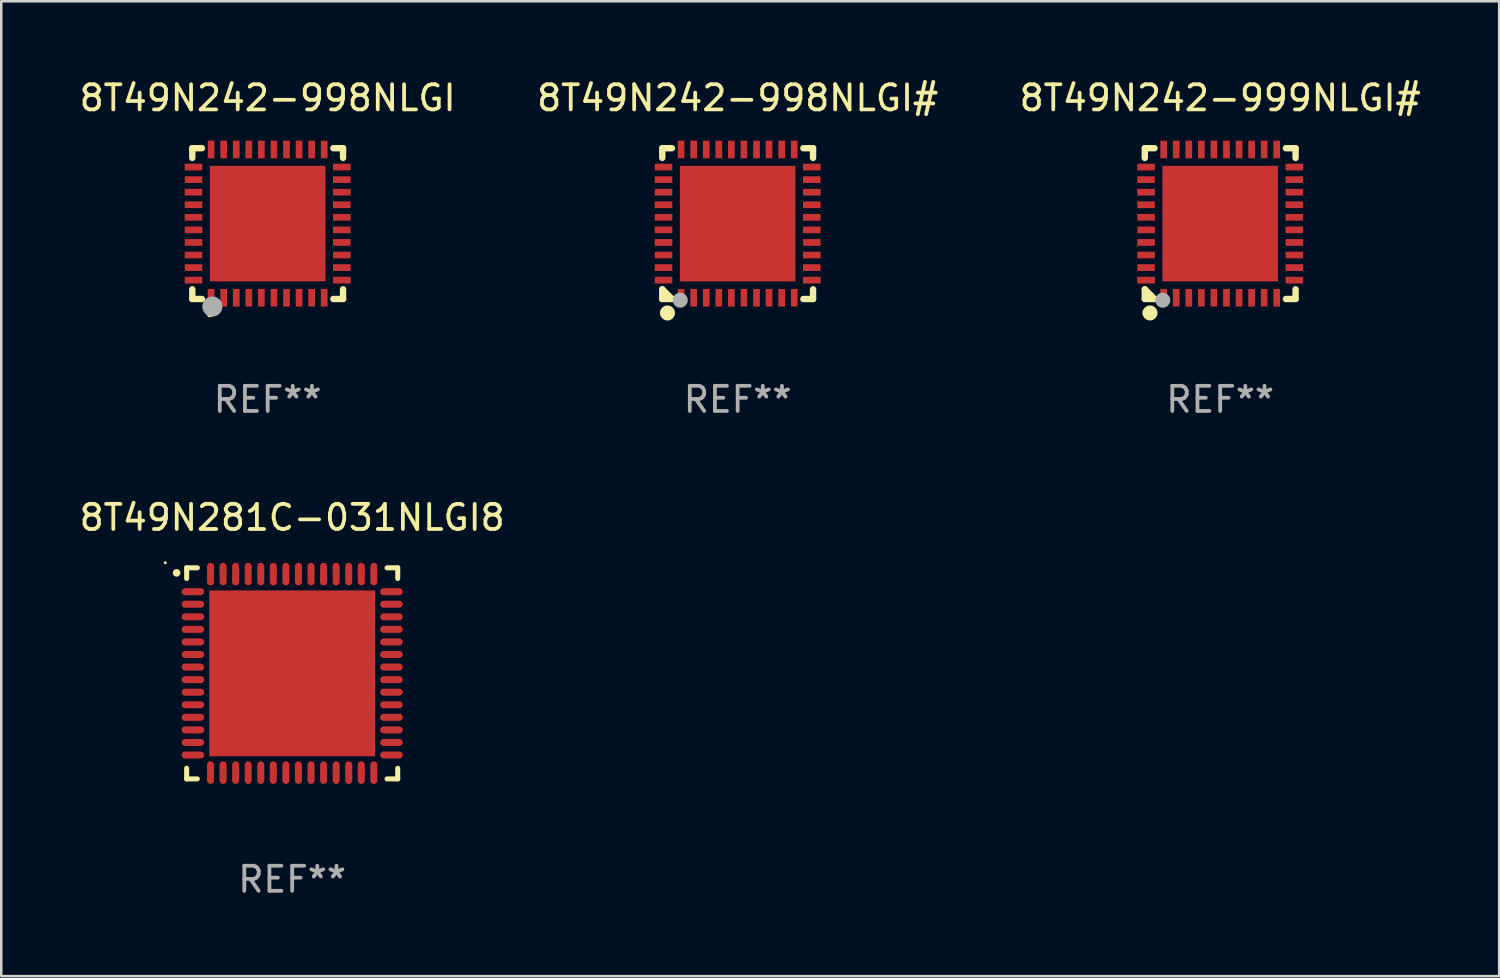
<source format=kicad_pcb>
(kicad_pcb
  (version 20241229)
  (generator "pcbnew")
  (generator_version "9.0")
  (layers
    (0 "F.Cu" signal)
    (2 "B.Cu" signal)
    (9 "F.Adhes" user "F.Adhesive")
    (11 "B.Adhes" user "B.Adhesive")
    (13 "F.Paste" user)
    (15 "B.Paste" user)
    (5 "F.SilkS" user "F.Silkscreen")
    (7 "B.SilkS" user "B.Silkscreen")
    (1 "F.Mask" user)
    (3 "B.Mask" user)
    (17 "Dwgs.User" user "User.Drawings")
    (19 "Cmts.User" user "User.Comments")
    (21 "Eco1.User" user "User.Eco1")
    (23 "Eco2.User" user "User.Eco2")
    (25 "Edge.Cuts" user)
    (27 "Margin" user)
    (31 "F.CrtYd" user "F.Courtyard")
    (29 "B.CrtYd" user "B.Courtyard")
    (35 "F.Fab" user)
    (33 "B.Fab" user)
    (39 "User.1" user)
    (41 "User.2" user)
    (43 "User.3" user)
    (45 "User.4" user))
  (footprint "8T49N242-998NLGI#"
    (layer "F.Cu")
    (at 26.304 5.848)
    (property "Reference" "8T49N242-998NLGI#" (at 0 -5 0) (layer "F.SilkS") (effects (font (size 1 1) (thickness 0.15))))
    (attr through_hole)
    (fp_line (start -3 -3) (end -2.615 -3) (stroke (width 0.254) (type solid)) (layer "F.SilkS"))
    (fp_line (start -3 -2.615) (end -3 -3) (stroke (width 0.254) (type solid)) (layer "F.SilkS"))
    (fp_line (start -3 2.615) (end -2.615 3) (stroke (width 0.254) (type solid)) (layer "F.SilkS"))
    (fp_line (start -3 3) (end -3 2.615) (stroke (width 0.254) (type solid)) (layer "F.SilkS"))
    (fp_line (start -2.615 3) (end -3 3) (stroke (width 0.254) (type solid)) (layer "F.SilkS"))
    (fp_line (start 2.615 -3) (end 3 -3) (stroke (width 0.254) (type solid)) (layer "F.SilkS"))
    (fp_line (start 3 -3) (end 3 -2.615) (stroke (width 0.254) (type solid)) (layer "F.SilkS"))
    (fp_line (start 3 2.615) (end 3 3) (stroke (width 0.254) (type solid)) (layer "F.SilkS"))
    (fp_line (start 3 3) (end 2.615 3) (stroke (width 0.254) (type solid)) (layer "F.SilkS"))
    (fp_circle (center -3 3) (end -2.97 3) (stroke (width 0.06) (type solid)) (fill no) (layer "F.SilkS"))
    (fp_circle (center -2.794 3.556) (end -2.644 3.556) (stroke (width 0.3) (type solid)) (fill no) (layer "F.SilkS"))
    (fp_circle (center -2.286 3.048) (end -2.136 3.048) (stroke (width 0.3) (type solid)) (fill no) (layer "F.Fab"))
    (fp_text user "REF**" (at 0 7 0) (layer "F.Fab") (effects (font (size 1 1) (thickness 0.15))))
    (pad "1" smd rect (at -2.25 2.95) (size 0.267 0.7) (layers "F.Cu" "F.Mask" "F.Paste"))
    (pad "2" smd rect (at -1.75 2.95) (size 0.267 0.7) (layers "F.Cu" "F.Mask" "F.Paste"))
    (pad "3" smd rect (at -1.25 2.95) (size 0.267 0.7) (layers "F.Cu" "F.Mask" "F.Paste"))
    (pad "4" smd rect (at -0.75 2.95) (size 0.267 0.7) (layers "F.Cu" "F.Mask" "F.Paste"))
    (pad "5" smd rect (at -0.25 2.95) (size 0.267 0.7) (layers "F.Cu" "F.Mask" "F.Paste"))
    (pad "6" smd rect (at 0.25 2.95) (size 0.267 0.7) (layers "F.Cu" "F.Mask" "F.Paste"))
    (pad "7" smd rect (at 0.75 2.95) (size 0.267 0.7) (layers "F.Cu" "F.Mask" "F.Paste"))
    (pad "8" smd rect (at 1.25 2.95) (size 0.267 0.7) (layers "F.Cu" "F.Mask" "F.Paste"))
    (pad "9" smd rect (at 1.75 2.95) (size 0.267 0.7) (layers "F.Cu" "F.Mask" "F.Paste"))
    (pad "10" smd rect (at 2.25 2.95) (size 0.267 0.7) (layers "F.Cu" "F.Mask" "F.Paste"))
    (pad "11" smd rect (at 2.95 2.25) (size 0.7 0.267) (layers "F.Cu" "F.Mask" "F.Paste"))
    (pad "12" smd rect (at 2.95 1.75) (size 0.7 0.267) (layers "F.Cu" "F.Mask" "F.Paste"))
    (pad "13" smd rect (at 2.95 1.25) (size 0.7 0.267) (layers "F.Cu" "F.Mask" "F.Paste"))
    (pad "14" smd rect (at 2.95 0.75) (size 0.7 0.267) (layers "F.Cu" "F.Mask" "F.Paste"))
    (pad "15" smd rect (at 2.95 0.25) (size 0.7 0.267) (layers "F.Cu" "F.Mask" "F.Paste"))
    (pad "16" smd rect (at 2.95 -0.25) (size 0.7 0.267) (layers "F.Cu" "F.Mask" "F.Paste"))
    (pad "17" smd rect (at 2.95 -0.75) (size 0.7 0.267) (layers "F.Cu" "F.Mask" "F.Paste"))
    (pad "18" smd rect (at 2.95 -1.25) (size 0.7 0.267) (layers "F.Cu" "F.Mask" "F.Paste"))
    (pad "19" smd rect (at 2.95 -1.75) (size 0.7 0.267) (layers "F.Cu" "F.Mask" "F.Paste"))
    (pad "20" smd rect (at 2.95 -2.25) (size 0.7 0.267) (layers "F.Cu" "F.Mask" "F.Paste"))
    (pad "21" smd rect (at 2.25 -2.95) (size 0.267 0.7) (layers "F.Cu" "F.Mask" "F.Paste"))
    (pad "22" smd rect (at 1.75 -2.95) (size 0.267 0.7) (layers "F.Cu" "F.Mask" "F.Paste"))
    (pad "23" smd rect (at 1.25 -2.95) (size 0.267 0.7) (layers "F.Cu" "F.Mask" "F.Paste"))
    (pad "24" smd rect (at 0.75 -2.95) (size 0.267 0.7) (layers "F.Cu" "F.Mask" "F.Paste"))
    (pad "25" smd rect (at 0.25 -2.95) (size 0.267 0.7) (layers "F.Cu" "F.Mask" "F.Paste"))
    (pad "26" smd rect (at -0.25 -2.95) (size 0.267 0.7) (layers "F.Cu" "F.Mask" "F.Paste"))
    (pad "27" smd rect (at -0.75 -2.95) (size 0.267 0.7) (layers "F.Cu" "F.Mask" "F.Paste"))
    (pad "28" smd rect (at -1.25 -2.95) (size 0.267 0.7) (layers "F.Cu" "F.Mask" "F.Paste"))
    (pad "29" smd rect (at -1.75 -2.95) (size 0.267 0.7) (layers "F.Cu" "F.Mask" "F.Paste"))
    (pad "30" smd rect (at -2.25 -2.95) (size 0.267 0.7) (layers "F.Cu" "F.Mask" "F.Paste"))
    (pad "31" smd rect (at -2.95 -2.25) (size 0.7 0.267) (layers "F.Cu" "F.Mask" "F.Paste"))
    (pad "32" smd rect (at -2.95 -1.75) (size 0.7 0.267) (layers "F.Cu" "F.Mask" "F.Paste"))
    (pad "33" smd rect (at -2.95 -1.25) (size 0.7 0.267) (layers "F.Cu" "F.Mask" "F.Paste"))
    (pad "34" smd rect (at -2.95 -0.75) (size 0.7 0.267) (layers "F.Cu" "F.Mask" "F.Paste"))
    (pad "35" smd rect (at -2.95 -0.25) (size 0.7 0.267) (layers "F.Cu" "F.Mask" "F.Paste"))
    (pad "36" smd rect (at -2.95 0.25) (size 0.7 0.267) (layers "F.Cu" "F.Mask" "F.Paste"))
    (pad "37" smd rect (at -2.95 0.75) (size 0.7 0.267) (layers "F.Cu" "F.Mask" "F.Paste"))
    (pad "38" smd rect (at -2.95 1.25) (size 0.7 0.267) (layers "F.Cu" "F.Mask" "F.Paste"))
    (pad "39" smd rect (at -2.95 1.75) (size 0.7 0.267) (layers "F.Cu" "F.Mask" "F.Paste"))
    (pad "40" smd rect (at -2.95 2.25) (size 0.7 0.267) (layers "F.Cu" "F.Mask" "F.Paste"))
    (pad "41" smd rect (at 0.000279 0.000025) (size 4.6 4.6) (layers "F.Cu" "F.Mask" "F.Paste")))
  (footprint "8T49N281C-031NLGI8"
    (layer "F.Cu")
    (at 8.577 23.745)
    (property "Reference" "8T49N281C-031NLGI8" (at 0 -6.2 0) (layer "F.SilkS") (effects (font (size 1 1) (thickness 0.15))))
    (attr through_hole)
    (fp_line (start -4.2 -4.2) (end -3.775 -4.2) (stroke (width 0.2) (type solid)) (layer "F.SilkS"))
    (fp_line (start -4.2 -3.775) (end -4.2 -4.2) (stroke (width 0.2) (type solid)) (layer "F.SilkS"))
    (fp_line (start -4.2 3.775) (end -4.2 4.2) (stroke (width 0.2) (type solid)) (layer "F.SilkS"))
    (fp_line (start -4.2 4.2) (end -3.775 4.2) (stroke (width 0.2) (type solid)) (layer "F.SilkS"))
    (fp_line (start 3.775 4.2) (end 4.2 4.2) (stroke (width 0.2) (type solid)) (layer "F.SilkS"))
    (fp_line (start 4.2 -4.2) (end 3.775 -4.2) (stroke (width 0.2) (type solid)) (layer "F.SilkS"))
    (fp_line (start 4.2 -3.775) (end 4.2 -4.2) (stroke (width 0.2) (type solid)) (layer "F.SilkS"))
    (fp_line (start 4.2 4.2) (end 4.2 3.775) (stroke (width 0.2) (type solid)) (layer "F.SilkS"))
    (fp_arc (start -4.599949 -3.997968) (mid -4.599954 -3.999238) (end -4.599949 -4.000508) (stroke (width 0.3) (type solid)) (layer "F.SilkS"))
    (fp_circle (center -5.05 -4.4) (end -5.02 -4.4) (stroke (width 0.06) (type solid)) (fill no) (layer "F.SilkS"))
    (fp_text user "REF**" (at 0 8.2 0) (layer "F.Fab") (effects (font (size 1 1) (thickness 0.15))))
    (pad "1" smd oval (at -3.95 -3.25 90) (size 0.28 0.9) (layers "F.Cu" "F.Mask" "F.Paste"))
    (pad "2" smd oval (at -3.95 -2.75 90) (size 0.28 0.9) (layers "F.Cu" "F.Mask" "F.Paste"))
    (pad "3" smd oval (at -3.95 -2.25 90) (size 0.28 0.9) (layers "F.Cu" "F.Mask" "F.Paste"))
    (pad "4" smd oval (at -3.95 -1.75 90) (size 0.28 0.9) (layers "F.Cu" "F.Mask" "F.Paste"))
    (pad "5" smd oval (at -3.95 -1.25 90) (size 0.28 0.9) (layers "F.Cu" "F.Mask" "F.Paste"))
    (pad "6" smd oval (at -3.95 -0.75 90) (size 0.28 0.9) (layers "F.Cu" "F.Mask" "F.Paste"))
    (pad "7" smd oval (at -3.95 -0.25 90) (size 0.28 0.9) (layers "F.Cu" "F.Mask" "F.Paste"))
    (pad "8" smd oval (at -3.95 0.25 90) (size 0.28 0.9) (layers "F.Cu" "F.Mask" "F.Paste"))
    (pad "9" smd oval (at -3.95 0.75 90) (size 0.28 0.9) (layers "F.Cu" "F.Mask" "F.Paste"))
    (pad "10" smd oval (at -3.95 1.25 90) (size 0.28 0.9) (layers "F.Cu" "F.Mask" "F.Paste"))
    (pad "11" smd oval (at -3.95 1.75 90) (size 0.28 0.9) (layers "F.Cu" "F.Mask" "F.Paste"))
    (pad "12" smd oval (at -3.95 2.25 90) (size 0.28 0.9) (layers "F.Cu" "F.Mask" "F.Paste"))
    (pad "13" smd oval (at -3.95 2.75 90) (size 0.28 0.9) (layers "F.Cu" "F.Mask" "F.Paste"))
    (pad "14" smd oval (at -3.95 3.25 90) (size 0.28 0.9) (layers "F.Cu" "F.Mask" "F.Paste"))
    (pad "15" smd oval (at -3.25 3.95) (size 0.28 0.9) (layers "F.Cu" "F.Mask" "F.Paste"))
    (pad "16" smd oval (at -2.75 3.95) (size 0.28 0.9) (layers "F.Cu" "F.Mask" "F.Paste"))
    (pad "17" smd oval (at -2.25 3.95) (size 0.28 0.9) (layers "F.Cu" "F.Mask" "F.Paste"))
    (pad "18" smd oval (at -1.75 3.95) (size 0.28 0.9) (layers "F.Cu" "F.Mask" "F.Paste"))
    (pad "19" smd oval (at -1.25 3.95) (size 0.28 0.9) (layers "F.Cu" "F.Mask" "F.Paste"))
    (pad "20" smd oval (at -0.75 3.95) (size 0.28 0.9) (layers "F.Cu" "F.Mask" "F.Paste"))
    (pad "21" smd oval (at -0.25 3.95) (size 0.28 0.9) (layers "F.Cu" "F.Mask" "F.Paste"))
    (pad "22" smd oval (at 0.25 3.95) (size 0.28 0.9) (layers "F.Cu" "F.Mask" "F.Paste"))
    (pad "23" smd oval (at 0.75 3.95) (size 0.28 0.9) (layers "F.Cu" "F.Mask" "F.Paste"))
    (pad "24" smd oval (at 1.25 3.95) (size 0.28 0.9) (layers "F.Cu" "F.Mask" "F.Paste"))
    (pad "25" smd oval (at 1.75 3.95) (size 0.28 0.9) (layers "F.Cu" "F.Mask" "F.Paste"))
    (pad "26" smd oval (at 2.25 3.95) (size 0.28 0.9) (layers "F.Cu" "F.Mask" "F.Paste"))
    (pad "27" smd oval (at 2.75 3.95) (size 0.28 0.9) (layers "F.Cu" "F.Mask" "F.Paste"))
    (pad "28" smd oval (at 3.25 3.95) (size 0.28 0.9) (layers "F.Cu" "F.Mask" "F.Paste"))
    (pad "29" smd oval (at 3.95 3.25 90) (size 0.28 0.9) (layers "F.Cu" "F.Mask" "F.Paste"))
    (pad "30" smd oval (at 3.95 2.75 90) (size 0.28 0.9) (layers "F.Cu" "F.Mask" "F.Paste"))
    (pad "31" smd oval (at 3.95 2.25 90) (size 0.28 0.9) (layers "F.Cu" "F.Mask" "F.Paste"))
    (pad "32" smd oval (at 3.95 1.75 90) (size 0.28 0.9) (layers "F.Cu" "F.Mask" "F.Paste"))
    (pad "33" smd oval (at 3.95 1.25 90) (size 0.28 0.9) (layers "F.Cu" "F.Mask" "F.Paste"))
    (pad "34" smd oval (at 3.95 0.75 90) (size 0.28 0.9) (layers "F.Cu" "F.Mask" "F.Paste"))
    (pad "35" smd oval (at 3.95 0.25 90) (size 0.28 0.9) (layers "F.Cu" "F.Mask" "F.Paste"))
    (pad "36" smd oval (at 3.95 -0.25 90) (size 0.28 0.9) (layers "F.Cu" "F.Mask" "F.Paste"))
    (pad "37" smd oval (at 3.95 -0.75 90) (size 0.28 0.9) (layers "F.Cu" "F.Mask" "F.Paste"))
    (pad "38" smd oval (at 3.95 -1.25 90) (size 0.28 0.9) (layers "F.Cu" "F.Mask" "F.Paste"))
    (pad "39" smd oval (at 3.95 -1.75 90) (size 0.28 0.9) (layers "F.Cu" "F.Mask" "F.Paste"))
    (pad "40" smd oval (at 3.95 -2.25 90) (size 0.28 0.9) (layers "F.Cu" "F.Mask" "F.Paste"))
    (pad "41" smd oval (at 3.95 -2.75 90) (size 0.28 0.9) (layers "F.Cu" "F.Mask" "F.Paste"))
    (pad "42" smd oval (at 3.95 -3.25 90) (size 0.28 0.9) (layers "F.Cu" "F.Mask" "F.Paste"))
    (pad "43" smd oval (at 3.25 -3.95) (size 0.28 0.9) (layers "F.Cu" "F.Mask" "F.Paste"))
    (pad "44" smd oval (at 2.75 -3.95) (size 0.28 0.9) (layers "F.Cu" "F.Mask" "F.Paste"))
    (pad "45" smd oval (at 2.25 -3.95) (size 0.28 0.9) (layers "F.Cu" "F.Mask" "F.Paste"))
    (pad "46" smd oval (at 1.75 -3.95) (size 0.28 0.9) (layers "F.Cu" "F.Mask" "F.Paste"))
    (pad "47" smd oval (at 1.25 -3.95) (size 0.28 0.9) (layers "F.Cu" "F.Mask" "F.Paste"))
    (pad "48" smd oval (at 0.75 -3.95) (size 0.28 0.9) (layers "F.Cu" "F.Mask" "F.Paste"))
    (pad "49" smd oval (at 0.25 -3.95) (size 0.28 0.9) (layers "F.Cu" "F.Mask" "F.Paste"))
    (pad "50" smd oval (at -0.25 -3.95) (size 0.28 0.9) (layers "F.Cu" "F.Mask" "F.Paste"))
    (pad "51" smd oval (at -0.75 -3.95) (size 0.28 0.9) (layers "F.Cu" "F.Mask" "F.Paste"))
    (pad "52" smd oval (at -1.25 -3.95) (size 0.28 0.9) (layers "F.Cu" "F.Mask" "F.Paste"))
    (pad "53" smd oval (at -1.75 -3.95) (size 0.28 0.9) (layers "F.Cu" "F.Mask" "F.Paste"))
    (pad "54" smd oval (at -2.25 -3.95) (size 0.28 0.9) (layers "F.Cu" "F.Mask" "F.Paste"))
    (pad "55" smd oval (at -2.75 -3.95) (size 0.28 0.9) (layers "F.Cu" "F.Mask" "F.Paste"))
    (pad "56" smd oval (at -3.25 -3.95) (size 0.28 0.9) (layers "F.Cu" "F.Mask" "F.Paste"))
    (pad "57" smd rect (at 0 0.000051) (size 6.6 6.6) (layers "F.Cu" "F.Mask" "F.Paste")))
  (footprint "8T49N242-999NLGI#"
    (layer "F.Cu")
    (at 45.506 5.848)
    (property "Reference" "8T49N242-999NLGI#" (at 0 -5 0) (layer "F.SilkS") (effects (font (size 1 1) (thickness 0.15))))
    (attr through_hole)
    (fp_line (start -3 -3) (end -2.615 -3) (stroke (width 0.254) (type solid)) (layer "F.SilkS"))
    (fp_line (start -3 -2.615) (end -3 -3) (stroke (width 0.254) (type solid)) (layer "F.SilkS"))
    (fp_line (start -3 2.615) (end -2.615 3) (stroke (width 0.254) (type solid)) (layer "F.SilkS"))
    (fp_line (start -3 3) (end -3 2.615) (stroke (width 0.254) (type solid)) (layer "F.SilkS"))
    (fp_line (start -2.615 3) (end -3 3) (stroke (width 0.254) (type solid)) (layer "F.SilkS"))
    (fp_line (start 2.615 -3) (end 3 -3) (stroke (width 0.254) (type solid)) (layer "F.SilkS"))
    (fp_line (start 3 -3) (end 3 -2.615) (stroke (width 0.254) (type solid)) (layer "F.SilkS"))
    (fp_line (start 3 2.615) (end 3 3) (stroke (width 0.254) (type solid)) (layer "F.SilkS"))
    (fp_line (start 3 3) (end 2.615 3) (stroke (width 0.254) (type solid)) (layer "F.SilkS"))
    (fp_circle (center -3 3) (end -2.97 3) (stroke (width 0.06) (type solid)) (fill no) (layer "F.SilkS"))
    (fp_circle (center -2.794 3.556) (end -2.644 3.556) (stroke (width 0.3) (type solid)) (fill no) (layer "F.SilkS"))
    (fp_circle (center -2.286 3.048) (end -2.136 3.048) (stroke (width 0.3) (type solid)) (fill no) (layer "F.Fab"))
    (fp_text user "REF**" (at 0 7 0) (layer "F.Fab") (effects (font (size 1 1) (thickness 0.15))))
    (pad "1" smd rect (at -2.25 2.95) (size 0.267 0.7) (layers "F.Cu" "F.Mask" "F.Paste"))
    (pad "2" smd rect (at -1.75 2.95) (size 0.267 0.7) (layers "F.Cu" "F.Mask" "F.Paste"))
    (pad "3" smd rect (at -1.25 2.95) (size 0.267 0.7) (layers "F.Cu" "F.Mask" "F.Paste"))
    (pad "4" smd rect (at -0.75 2.95) (size 0.267 0.7) (layers "F.Cu" "F.Mask" "F.Paste"))
    (pad "5" smd rect (at -0.25 2.95) (size 0.267 0.7) (layers "F.Cu" "F.Mask" "F.Paste"))
    (pad "6" smd rect (at 0.25 2.95) (size 0.267 0.7) (layers "F.Cu" "F.Mask" "F.Paste"))
    (pad "7" smd rect (at 0.75 2.95) (size 0.267 0.7) (layers "F.Cu" "F.Mask" "F.Paste"))
    (pad "8" smd rect (at 1.25 2.95) (size 0.267 0.7) (layers "F.Cu" "F.Mask" "F.Paste"))
    (pad "9" smd rect (at 1.75 2.95) (size 0.267 0.7) (layers "F.Cu" "F.Mask" "F.Paste"))
    (pad "10" smd rect (at 2.25 2.95) (size 0.267 0.7) (layers "F.Cu" "F.Mask" "F.Paste"))
    (pad "11" smd rect (at 2.95 2.25) (size 0.7 0.267) (layers "F.Cu" "F.Mask" "F.Paste"))
    (pad "12" smd rect (at 2.95 1.75) (size 0.7 0.267) (layers "F.Cu" "F.Mask" "F.Paste"))
    (pad "13" smd rect (at 2.95 1.25) (size 0.7 0.267) (layers "F.Cu" "F.Mask" "F.Paste"))
    (pad "14" smd rect (at 2.95 0.75) (size 0.7 0.267) (layers "F.Cu" "F.Mask" "F.Paste"))
    (pad "15" smd rect (at 2.95 0.25) (size 0.7 0.267) (layers "F.Cu" "F.Mask" "F.Paste"))
    (pad "16" smd rect (at 2.95 -0.25) (size 0.7 0.267) (layers "F.Cu" "F.Mask" "F.Paste"))
    (pad "17" smd rect (at 2.95 -0.75) (size 0.7 0.267) (layers "F.Cu" "F.Mask" "F.Paste"))
    (pad "18" smd rect (at 2.95 -1.25) (size 0.7 0.267) (layers "F.Cu" "F.Mask" "F.Paste"))
    (pad "19" smd rect (at 2.95 -1.75) (size 0.7 0.267) (layers "F.Cu" "F.Mask" "F.Paste"))
    (pad "20" smd rect (at 2.95 -2.25) (size 0.7 0.267) (layers "F.Cu" "F.Mask" "F.Paste"))
    (pad "21" smd rect (at 2.25 -2.95) (size 0.267 0.7) (layers "F.Cu" "F.Mask" "F.Paste"))
    (pad "22" smd rect (at 1.75 -2.95) (size 0.267 0.7) (layers "F.Cu" "F.Mask" "F.Paste"))
    (pad "23" smd rect (at 1.25 -2.95) (size 0.267 0.7) (layers "F.Cu" "F.Mask" "F.Paste"))
    (pad "24" smd rect (at 0.75 -2.95) (size 0.267 0.7) (layers "F.Cu" "F.Mask" "F.Paste"))
    (pad "25" smd rect (at 0.25 -2.95) (size 0.267 0.7) (layers "F.Cu" "F.Mask" "F.Paste"))
    (pad "26" smd rect (at -0.25 -2.95) (size 0.267 0.7) (layers "F.Cu" "F.Mask" "F.Paste"))
    (pad "27" smd rect (at -0.75 -2.95) (size 0.267 0.7) (layers "F.Cu" "F.Mask" "F.Paste"))
    (pad "28" smd rect (at -1.25 -2.95) (size 0.267 0.7) (layers "F.Cu" "F.Mask" "F.Paste"))
    (pad "29" smd rect (at -1.75 -2.95) (size 0.267 0.7) (layers "F.Cu" "F.Mask" "F.Paste"))
    (pad "30" smd rect (at -2.25 -2.95) (size 0.267 0.7) (layers "F.Cu" "F.Mask" "F.Paste"))
    (pad "31" smd rect (at -2.95 -2.25) (size 0.7 0.267) (layers "F.Cu" "F.Mask" "F.Paste"))
    (pad "32" smd rect (at -2.95 -1.75) (size 0.7 0.267) (layers "F.Cu" "F.Mask" "F.Paste"))
    (pad "33" smd rect (at -2.95 -1.25) (size 0.7 0.267) (layers "F.Cu" "F.Mask" "F.Paste"))
    (pad "34" smd rect (at -2.95 -0.75) (size 0.7 0.267) (layers "F.Cu" "F.Mask" "F.Paste"))
    (pad "35" smd rect (at -2.95 -0.25) (size 0.7 0.267) (layers "F.Cu" "F.Mask" "F.Paste"))
    (pad "36" smd rect (at -2.95 0.25) (size 0.7 0.267) (layers "F.Cu" "F.Mask" "F.Paste"))
    (pad "37" smd rect (at -2.95 0.75) (size 0.7 0.267) (layers "F.Cu" "F.Mask" "F.Paste"))
    (pad "38" smd rect (at -2.95 1.25) (size 0.7 0.267) (layers "F.Cu" "F.Mask" "F.Paste"))
    (pad "39" smd rect (at -2.95 1.75) (size 0.7 0.267) (layers "F.Cu" "F.Mask" "F.Paste"))
    (pad "40" smd rect (at -2.95 2.25) (size 0.7 0.267) (layers "F.Cu" "F.Mask" "F.Paste"))
    (pad "41" smd rect (at 0.000279 0.000025) (size 4.6 4.6) (layers "F.Cu" "F.Mask" "F.Paste")))
  (footprint "8T49N242-998NLGI"
    (layer "F.Cu")
    (at 7.601 5.848)
    (property "Reference" "8T49N242-998NLGI" (at 0 -5 0) (layer "F.SilkS") (effects (font (size 1 1) (thickness 0.15))))
    (attr through_hole)
    (fp_line (start -3 -3) (end -2.615 -3) (stroke (width 0.254) (type solid)) (layer "F.SilkS"))
    (fp_line (start -3 -2.615) (end -3 -3) (stroke (width 0.254) (type solid)) (layer "F.SilkS"))
    (fp_line (start -3 3) (end -3 2.615) (stroke (width 0.254) (type solid)) (layer "F.SilkS"))
    (fp_line (start -2.615 3) (end -3 3) (stroke (width 0.254) (type solid)) (layer "F.SilkS"))
    (fp_line (start 2.615 -3) (end 3 -3) (stroke (width 0.254) (type solid)) (layer "F.SilkS"))
    (fp_line (start 3 -3) (end 3 -2.615) (stroke (width 0.254) (type solid)) (layer "F.SilkS"))
    (fp_line (start 3 2.615) (end 3 3) (stroke (width 0.254) (type solid)) (layer "F.SilkS"))
    (fp_line (start 3 3) (end 2.615 3) (stroke (width 0.254) (type solid)) (layer "F.SilkS"))
    (fp_arc (start -2.3 3.6) (mid -2.29873 3.599994) (end -2.29746 3.6) (stroke (width 0.24892) (type solid)) (layer "F.SilkS"))
    (fp_circle (center -3 3) (end -2.97 3) (stroke (width 0.06) (type solid)) (fill no) (layer "F.SilkS"))
    (fp_circle (center -2.2 3.3) (end -2 3.3) (stroke (width 0.4) (type solid)) (fill no) (layer "F.Fab"))
    (fp_text user "REF**" (at 0 7 0) (layer "F.Fab") (effects (font (size 1 1) (thickness 0.15))))
    (pad "1" smd rect (at -2.25 2.95) (size 0.267 0.7) (layers "F.Cu" "F.Mask" "F.Paste"))
    (pad "2" smd rect (at -1.75 2.95) (size 0.267 0.7) (layers "F.Cu" "F.Mask" "F.Paste"))
    (pad "3" smd rect (at -1.25 2.95) (size 0.267 0.7) (layers "F.Cu" "F.Mask" "F.Paste"))
    (pad "4" smd rect (at -0.75 2.95) (size 0.267 0.7) (layers "F.Cu" "F.Mask" "F.Paste"))
    (pad "5" smd rect (at -0.25 2.95) (size 0.267 0.7) (layers "F.Cu" "F.Mask" "F.Paste"))
    (pad "6" smd rect (at 0.25 2.95) (size 0.267 0.7) (layers "F.Cu" "F.Mask" "F.Paste"))
    (pad "7" smd rect (at 0.75 2.95) (size 0.267 0.7) (layers "F.Cu" "F.Mask" "F.Paste"))
    (pad "8" smd rect (at 1.25 2.95) (size 0.267 0.7) (layers "F.Cu" "F.Mask" "F.Paste"))
    (pad "9" smd rect (at 1.75 2.95) (size 0.267 0.7) (layers "F.Cu" "F.Mask" "F.Paste"))
    (pad "10" smd rect (at 2.25 2.95) (size 0.267 0.7) (layers "F.Cu" "F.Mask" "F.Paste"))
    (pad "11" smd rect (at 2.95 2.25) (size 0.7 0.267) (layers "F.Cu" "F.Mask" "F.Paste"))
    (pad "12" smd rect (at 2.95 1.75) (size 0.7 0.267) (layers "F.Cu" "F.Mask" "F.Paste"))
    (pad "13" smd rect (at 2.95 1.25) (size 0.7 0.267) (layers "F.Cu" "F.Mask" "F.Paste"))
    (pad "14" smd rect (at 2.95 0.75) (size 0.7 0.267) (layers "F.Cu" "F.Mask" "F.Paste"))
    (pad "15" smd rect (at 2.95 0.25) (size 0.7 0.267) (layers "F.Cu" "F.Mask" "F.Paste"))
    (pad "16" smd rect (at 2.95 -0.25) (size 0.7 0.267) (layers "F.Cu" "F.Mask" "F.Paste"))
    (pad "17" smd rect (at 2.95 -0.75) (size 0.7 0.267) (layers "F.Cu" "F.Mask" "F.Paste"))
    (pad "18" smd rect (at 2.95 -1.25) (size 0.7 0.267) (layers "F.Cu" "F.Mask" "F.Paste"))
    (pad "19" smd rect (at 2.95 -1.75) (size 0.7 0.267) (layers "F.Cu" "F.Mask" "F.Paste"))
    (pad "20" smd rect (at 2.95 -2.25) (size 0.7 0.267) (layers "F.Cu" "F.Mask" "F.Paste"))
    (pad "21" smd rect (at 2.25 -2.95) (size 0.267 0.7) (layers "F.Cu" "F.Mask" "F.Paste"))
    (pad "22" smd rect (at 1.75 -2.95) (size 0.267 0.7) (layers "F.Cu" "F.Mask" "F.Paste"))
    (pad "23" smd rect (at 1.25 -2.95) (size 0.267 0.7) (layers "F.Cu" "F.Mask" "F.Paste"))
    (pad "24" smd rect (at 0.75 -2.95) (size 0.267 0.7) (layers "F.Cu" "F.Mask" "F.Paste"))
    (pad "25" smd rect (at 0.25 -2.95) (size 0.267 0.7) (layers "F.Cu" "F.Mask" "F.Paste"))
    (pad "26" smd rect (at -0.25 -2.95) (size 0.267 0.7) (layers "F.Cu" "F.Mask" "F.Paste"))
    (pad "27" smd rect (at -0.75 -2.95) (size 0.267 0.7) (layers "F.Cu" "F.Mask" "F.Paste"))
    (pad "28" smd rect (at -1.25 -2.95) (size 0.267 0.7) (layers "F.Cu" "F.Mask" "F.Paste"))
    (pad "29" smd rect (at -1.75 -2.95) (size 0.267 0.7) (layers "F.Cu" "F.Mask" "F.Paste"))
    (pad "30" smd rect (at -2.25 -2.95) (size 0.267 0.7) (layers "F.Cu" "F.Mask" "F.Paste"))
    (pad "31" smd rect (at -2.95 -2.25) (size 0.7 0.267) (layers "F.Cu" "F.Mask" "F.Paste"))
    (pad "32" smd rect (at -2.95 -1.75) (size 0.7 0.267) (layers "F.Cu" "F.Mask" "F.Paste"))
    (pad "33" smd rect (at -2.95 -1.25) (size 0.7 0.267) (layers "F.Cu" "F.Mask" "F.Paste"))
    (pad "34" smd rect (at -2.95 -0.75) (size 0.7 0.267) (layers "F.Cu" "F.Mask" "F.Paste"))
    (pad "35" smd rect (at -2.95 -0.25) (size 0.7 0.267) (layers "F.Cu" "F.Mask" "F.Paste"))
    (pad "36" smd rect (at -2.95 0.25) (size 0.7 0.267) (layers "F.Cu" "F.Mask" "F.Paste"))
    (pad "37" smd rect (at -2.95 0.75) (size 0.7 0.267) (layers "F.Cu" "F.Mask" "F.Paste"))
    (pad "38" smd rect (at -2.95 1.25) (size 0.7 0.267) (layers "F.Cu" "F.Mask" "F.Paste"))
    (pad "39" smd rect (at -2.95 1.75) (size 0.7 0.267) (layers "F.Cu" "F.Mask" "F.Paste"))
    (pad "40" smd rect (at -2.95 2.25) (size 0.7 0.267) (layers "F.Cu" "F.Mask" "F.Paste"))
    (pad "41" smd rect (at 0.000102 0.000102) (size 4.6 4.6) (layers "F.Cu" "F.Mask" "F.Paste")))
  (gr_rect
    (start -3 -3)
    (end 56.607 35.793)
    (stroke (width 0.1) (type default))
    (fill no)
    (layer "Edge.Cuts")))
</source>
